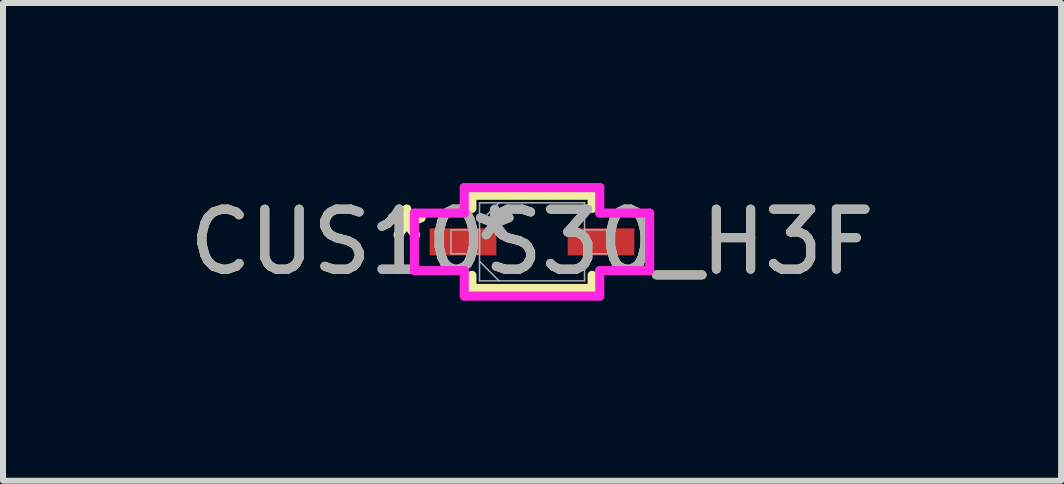
<source format=kicad_pcb>
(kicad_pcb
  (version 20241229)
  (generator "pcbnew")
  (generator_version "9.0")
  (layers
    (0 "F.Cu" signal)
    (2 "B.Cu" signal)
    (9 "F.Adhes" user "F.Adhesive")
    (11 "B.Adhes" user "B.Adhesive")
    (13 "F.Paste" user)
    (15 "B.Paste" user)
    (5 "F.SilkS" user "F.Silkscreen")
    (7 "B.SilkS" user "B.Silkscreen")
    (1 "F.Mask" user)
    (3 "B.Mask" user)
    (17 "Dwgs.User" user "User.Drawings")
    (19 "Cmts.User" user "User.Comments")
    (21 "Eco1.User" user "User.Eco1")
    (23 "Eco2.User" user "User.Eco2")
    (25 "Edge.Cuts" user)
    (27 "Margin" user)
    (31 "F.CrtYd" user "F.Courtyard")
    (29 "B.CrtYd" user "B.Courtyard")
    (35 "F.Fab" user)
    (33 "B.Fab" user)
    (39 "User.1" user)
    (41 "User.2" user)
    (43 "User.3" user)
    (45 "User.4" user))
  (footprint "CUS10S30_H3F"
    (layer "F.Cu")
    (at 5.815 0.98)
    (property "Reference" "CUS10S30_H3F" (at 0 0 0) (unlocked yes) (layer "F.SilkS") (effects (font (size 1 1) (thickness 0.15))))
    (attr smd)
    (fp_line (start -1.002 -0.777) (end -1.002 -0.558) (stroke (width 0.152) (type solid)) (layer "F.SilkS"))
    (fp_line (start -1.002 0.558) (end -1.002 0.777) (stroke (width 0.152) (type solid)) (layer "F.SilkS"))
    (fp_line (start -1.002 0.777) (end 1.002 0.777) (stroke (width 0.152) (type solid)) (layer "F.SilkS"))
    (fp_line (start 1.002 -0.777) (end -1.002 -0.777) (stroke (width 0.152) (type solid)) (layer "F.SilkS"))
    (fp_line (start 1.002 -0.558) (end 1.002 -0.777) (stroke (width 0.152) (type solid)) (layer "F.SilkS"))
    (fp_line (start 1.002 0.777) (end 1.002 0.558) (stroke (width 0.152) (type solid)) (layer "F.SilkS"))
    (fp_line (start -1.96 -0.479) (end -1.129 -0.479) (stroke (width 0.152) (type solid)) (layer "F.CrtYd"))
    (fp_line (start -1.96 0.479) (end -1.96 -0.479) (stroke (width 0.152) (type solid)) (layer "F.CrtYd"))
    (fp_line (start -1.129 -0.904) (end 1.129 -0.904) (stroke (width 0.152) (type solid)) (layer "F.CrtYd"))
    (fp_line (start -1.129 -0.479) (end -1.129 -0.904) (stroke (width 0.152) (type solid)) (layer "F.CrtYd"))
    (fp_line (start -1.129 0.479) (end -1.96 0.479) (stroke (width 0.152) (type solid)) (layer "F.CrtYd"))
    (fp_line (start -1.129 0.904) (end -1.129 0.479) (stroke (width 0.152) (type solid)) (layer "F.CrtYd"))
    (fp_line (start 1.129 -0.904) (end 1.129 -0.479) (stroke (width 0.152) (type solid)) (layer "F.CrtYd"))
    (fp_line (start 1.129 -0.479) (end 1.96 -0.479) (stroke (width 0.152) (type solid)) (layer "F.CrtYd"))
    (fp_line (start 1.129 0.479) (end 1.129 0.904) (stroke (width 0.152) (type solid)) (layer "F.CrtYd"))
    (fp_line (start 1.129 0.904) (end -1.129 0.904) (stroke (width 0.152) (type solid)) (layer "F.CrtYd"))
    (fp_line (start 1.96 -0.479) (end 1.96 0.479) (stroke (width 0.152) (type solid)) (layer "F.CrtYd"))
    (fp_line (start 1.96 0.479) (end 1.129 0.479) (stroke (width 0.152) (type solid)) (layer "F.CrtYd"))
    (fp_line (start -1.35 -0.2) (end -1.35 0.2) (stroke (width 0.025) (type solid)) (layer "F.Fab"))
    (fp_line (start -1.35 0.2) (end -0.875 0.2) (stroke (width 0.025) (type solid)) (layer "F.Fab"))
    (fp_line (start -0.875 -0.65) (end -0.875 0.65) (stroke (width 0.025) (type solid)) (layer "F.Fab"))
    (fp_line (start -0.875 -0.325) (end -0.55 -0.65) (stroke (width 0.025) (type solid)) (layer "F.Fab"))
    (fp_line (start -0.875 -0.2) (end -1.35 -0.2) (stroke (width 0.025) (type solid)) (layer "F.Fab"))
    (fp_line (start -0.875 0.2) (end -0.875 -0.2) (stroke (width 0.025) (type solid)) (layer "F.Fab"))
    (fp_line (start -0.875 0.325) (end -0.55 0.65) (stroke (width 0.025) (type solid)) (layer "F.Fab"))
    (fp_line (start -0.875 0.65) (end 0.875 0.65) (stroke (width 0.025) (type solid)) (layer "F.Fab"))
    (fp_line (start 0.875 -0.65) (end -0.875 -0.65) (stroke (width 0.025) (type solid)) (layer "F.Fab"))
    (fp_line (start 0.875 -0.2) (end 0.875 0.2) (stroke (width 0.025) (type solid)) (layer "F.Fab"))
    (fp_line (start 0.875 0.2) (end 1.35 0.2) (stroke (width 0.025) (type solid)) (layer "F.Fab"))
    (fp_line (start 0.875 0.65) (end 0.875 -0.65) (stroke (width 0.025) (type solid)) (layer "F.Fab"))
    (fp_line (start 1.35 -0.2) (end 0.875 -0.2) (stroke (width 0.025) (type solid)) (layer "F.Fab"))
    (fp_line (start 1.35 0.2) (end 1.35 -0.2) (stroke (width 0.025) (type solid)) (layer "F.Fab"))
    (fp_text user "*" (at -2.087 0 0) (layer "F.SilkS") (effects (font (size 1 1) (thickness 0.15))))
    (fp_text user "*" (at -2.087 0 0) (unlocked yes) (layer "F.SilkS") (effects (font (size 1 1) (thickness 0.15))))
    (fp_text user "*" (at -0.621 0 0) (unlocked yes) (layer "F.Fab") (effects (font (size 1 1) (thickness 0.15))))
    (fp_text user "${REFERENCE}" (at 0 0 0) (unlocked yes) (layer "F.Fab") (effects (font (size 1 1) (thickness 0.15))))
    (fp_text user "*" (at -0.621 0 0) (layer "F.Fab") (effects (font (size 1 1) (thickness 0.15))))
    (pad "1" smd rect (at -1.15 0) (size 1.111 0.451) (layers "F.Cu" "F.Mask" "F.Paste"))
    (pad "2" smd rect (at 1.15 0) (size 1.111 0.451) (layers "F.Cu" "F.Mask" "F.Paste")))
  (gr_rect
    (start -3 -3)
    (end 14.631 4.96)
    (stroke (width 0.1) (type default))
    (fill no)
    (layer "Edge.Cuts")))
</source>
